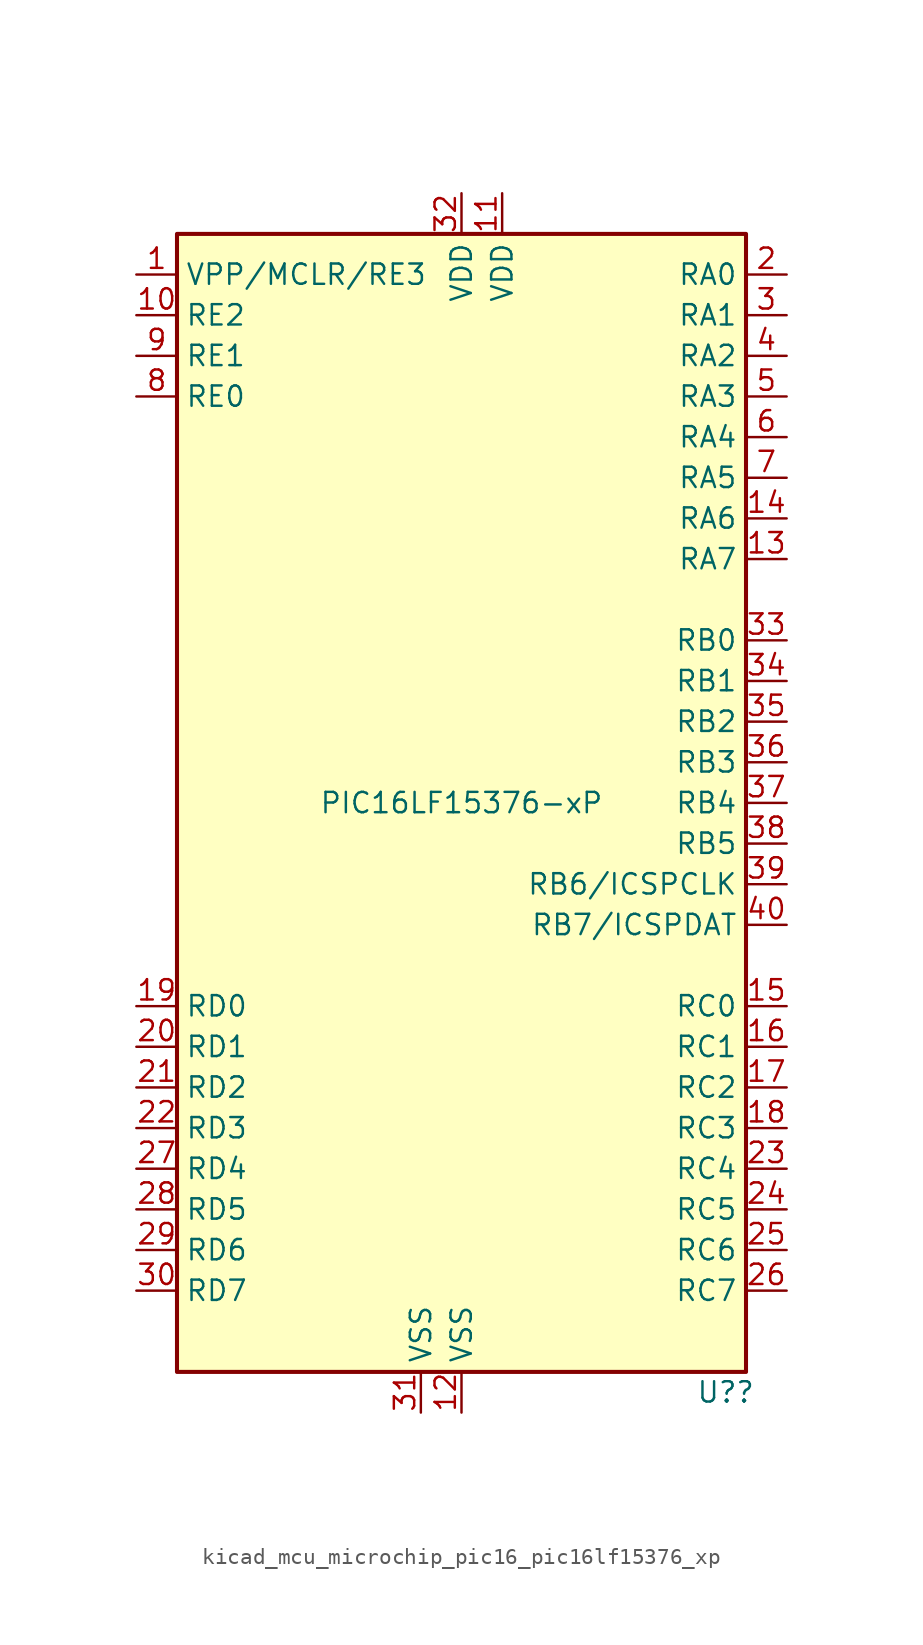
<source format=kicad_sym>
(kicad_symbol_lib
  (version 20220914)
  (generator kicad_symbol_editor)
  (symbol "kicad_mcu_microchip_pic16_pic16lf15376_xp"
    (property "Reference" "U?"
      (at 16.51 -36.83 0)
      (effects (font (size 1.27 1.27))))
    (property "Value" "PIC16LF15376-xP"
      (at 0 0 0)
      (effects (font (size 1.27 1.27))))
    (symbol "kicad_mcu_microchip_pic16_pic16lf15376_xp_0_1"
      (rectangle (start -17.78 35.56) (end 17.78 -35.56) (stroke (width 0.254) (type default)) (fill (type background))))
    (symbol "kicad_mcu_microchip_pic16_pic16lf15376_xp_1_1"
      (pin bidirectional line (at -20.32 33.02 0) (length 2.54) (name "VPP/MCLR/RE3" (effects (font (size 1.27 1.27)))) (number "1" (effects (font (size 1.27 1.27)))))
      (pin bidirectional line (at -20.32 30.48 0) (length 2.54) (name "RE2" (effects (font (size 1.27 1.27)))) (number "10" (effects (font (size 1.27 1.27)))))
      (pin power_in line (at 2.54 38.1 270) (length 2.54) (name "VDD" (effects (font (size 1.27 1.27)))) (number "11" (effects (font (size 1.27 1.27)))))
      (pin power_in line (at 0 -38.1 90) (length 2.54) (name "VSS" (effects (font (size 1.27 1.27)))) (number "12" (effects (font (size 1.27 1.27)))))
      (pin bidirectional line (at 20.32 15.24 180) (length 2.54) (name "RA7" (effects (font (size 1.27 1.27)))) (number "13" (effects (font (size 1.27 1.27)))))
      (pin bidirectional line (at 20.32 17.78 180) (length 2.54) (name "RA6" (effects (font (size 1.27 1.27)))) (number "14" (effects (font (size 1.27 1.27)))))
      (pin bidirectional line (at 20.32 -12.7 180) (length 2.54) (name "RC0" (effects (font (size 1.27 1.27)))) (number "15" (effects (font (size 1.27 1.27)))))
      (pin bidirectional line (at 20.32 -15.24 180) (length 2.54) (name "RC1" (effects (font (size 1.27 1.27)))) (number "16" (effects (font (size 1.27 1.27)))))
      (pin bidirectional line (at 20.32 -17.78 180) (length 2.54) (name "RC2" (effects (font (size 1.27 1.27)))) (number "17" (effects (font (size 1.27 1.27)))))
      (pin bidirectional line (at 20.32 -20.32 180) (length 2.54) (name "RC3" (effects (font (size 1.27 1.27)))) (number "18" (effects (font (size 1.27 1.27)))))
      (pin bidirectional line (at -20.32 -12.7 0) (length 2.54) (name "RD0" (effects (font (size 1.27 1.27)))) (number "19" (effects (font (size 1.27 1.27)))))
      (pin bidirectional line (at 20.32 33.02 180) (length 2.54) (name "RA0" (effects (font (size 1.27 1.27)))) (number "2" (effects (font (size 1.27 1.27)))))
      (pin bidirectional line (at -20.32 -15.24 0) (length 2.54) (name "RD1" (effects (font (size 1.27 1.27)))) (number "20" (effects (font (size 1.27 1.27)))))
      (pin bidirectional line (at -20.32 -17.78 0) (length 2.54) (name "RD2" (effects (font (size 1.27 1.27)))) (number "21" (effects (font (size 1.27 1.27)))))
      (pin bidirectional line (at -20.32 -20.32 0) (length 2.54) (name "RD3" (effects (font (size 1.27 1.27)))) (number "22" (effects (font (size 1.27 1.27)))))
      (pin bidirectional line (at 20.32 -22.86 180) (length 2.54) (name "RC4" (effects (font (size 1.27 1.27)))) (number "23" (effects (font (size 1.27 1.27)))))
      (pin bidirectional line (at 20.32 -25.4 180) (length 2.54) (name "RC5" (effects (font (size 1.27 1.27)))) (number "24" (effects (font (size 1.27 1.27)))))
      (pin bidirectional line (at 20.32 -27.94 180) (length 2.54) (name "RC6" (effects (font (size 1.27 1.27)))) (number "25" (effects (font (size 1.27 1.27)))))
      (pin bidirectional line (at 20.32 -30.48 180) (length 2.54) (name "RC7" (effects (font (size 1.27 1.27)))) (number "26" (effects (font (size 1.27 1.27)))))
      (pin bidirectional line (at -20.32 -22.86 0) (length 2.54) (name "RD4" (effects (font (size 1.27 1.27)))) (number "27" (effects (font (size 1.27 1.27)))))
      (pin bidirectional line (at -20.32 -25.4 0) (length 2.54) (name "RD5" (effects (font (size 1.27 1.27)))) (number "28" (effects (font (size 1.27 1.27)))))
      (pin bidirectional line (at -20.32 -27.94 0) (length 2.54) (name "RD6" (effects (font (size 1.27 1.27)))) (number "29" (effects (font (size 1.27 1.27)))))
      (pin bidirectional line (at 20.32 30.48 180) (length 2.54) (name "RA1" (effects (font (size 1.27 1.27)))) (number "3" (effects (font (size 1.27 1.27)))))
      (pin bidirectional line (at -20.32 -30.48 0) (length 2.54) (name "RD7" (effects (font (size 1.27 1.27)))) (number "30" (effects (font (size 1.27 1.27)))))
      (pin power_in line (at -2.54 -38.1 90) (length 2.54) (name "VSS" (effects (font (size 1.27 1.27)))) (number "31" (effects (font (size 1.27 1.27)))))
      (pin power_in line (at 0 38.1 270) (length 2.54) (name "VDD" (effects (font (size 1.27 1.27)))) (number "32" (effects (font (size 1.27 1.27)))))
      (pin bidirectional line (at 20.32 10.16 180) (length 2.54) (name "RB0" (effects (font (size 1.27 1.27)))) (number "33" (effects (font (size 1.27 1.27)))))
      (pin bidirectional line (at 20.32 7.62 180) (length 2.54) (name "RB1" (effects (font (size 1.27 1.27)))) (number "34" (effects (font (size 1.27 1.27)))))
      (pin bidirectional line (at 20.32 5.08 180) (length 2.54) (name "RB2" (effects (font (size 1.27 1.27)))) (number "35" (effects (font (size 1.27 1.27)))))
      (pin bidirectional line (at 20.32 2.54 180) (length 2.54) (name "RB3" (effects (font (size 1.27 1.27)))) (number "36" (effects (font (size 1.27 1.27)))))
      (pin bidirectional line (at 20.32 0 180) (length 2.54) (name "RB4" (effects (font (size 1.27 1.27)))) (number "37" (effects (font (size 1.27 1.27)))))
      (pin bidirectional line (at 20.32 -2.54 180) (length 2.54) (name "RB5" (effects (font (size 1.27 1.27)))) (number "38" (effects (font (size 1.27 1.27)))))
      (pin bidirectional line (at 20.32 -5.08 180) (length 2.54) (name "RB6/ICSPCLK" (effects (font (size 1.27 1.27)))) (number "39" (effects (font (size 1.27 1.27)))))
      (pin bidirectional line (at 20.32 27.94 180) (length 2.54) (name "RA2" (effects (font (size 1.27 1.27)))) (number "4" (effects (font (size 1.27 1.27)))))
      (pin bidirectional line (at 20.32 -7.62 180) (length 2.54) (name "RB7/ICSPDAT" (effects (font (size 1.27 1.27)))) (number "40" (effects (font (size 1.27 1.27)))))
      (pin bidirectional line (at 20.32 25.4 180) (length 2.54) (name "RA3" (effects (font (size 1.27 1.27)))) (number "5" (effects (font (size 1.27 1.27)))))
      (pin bidirectional line (at 20.32 22.86 180) (length 2.54) (name "RA4" (effects (font (size 1.27 1.27)))) (number "6" (effects (font (size 1.27 1.27)))))
      (pin bidirectional line (at 20.32 20.32 180) (length 2.54) (name "RA5" (effects (font (size 1.27 1.27)))) (number "7" (effects (font (size 1.27 1.27)))))
      (pin bidirectional line (at -20.32 25.4 0) (length 2.54) (name "RE0" (effects (font (size 1.27 1.27)))) (number "8" (effects (font (size 1.27 1.27)))))
      (pin bidirectional line (at -20.32 27.94 0) (length 2.54) (name "RE1" (effects (font (size 1.27 1.27)))) (number "9" (effects (font (size 1.27 1.27))))))))
</source>
